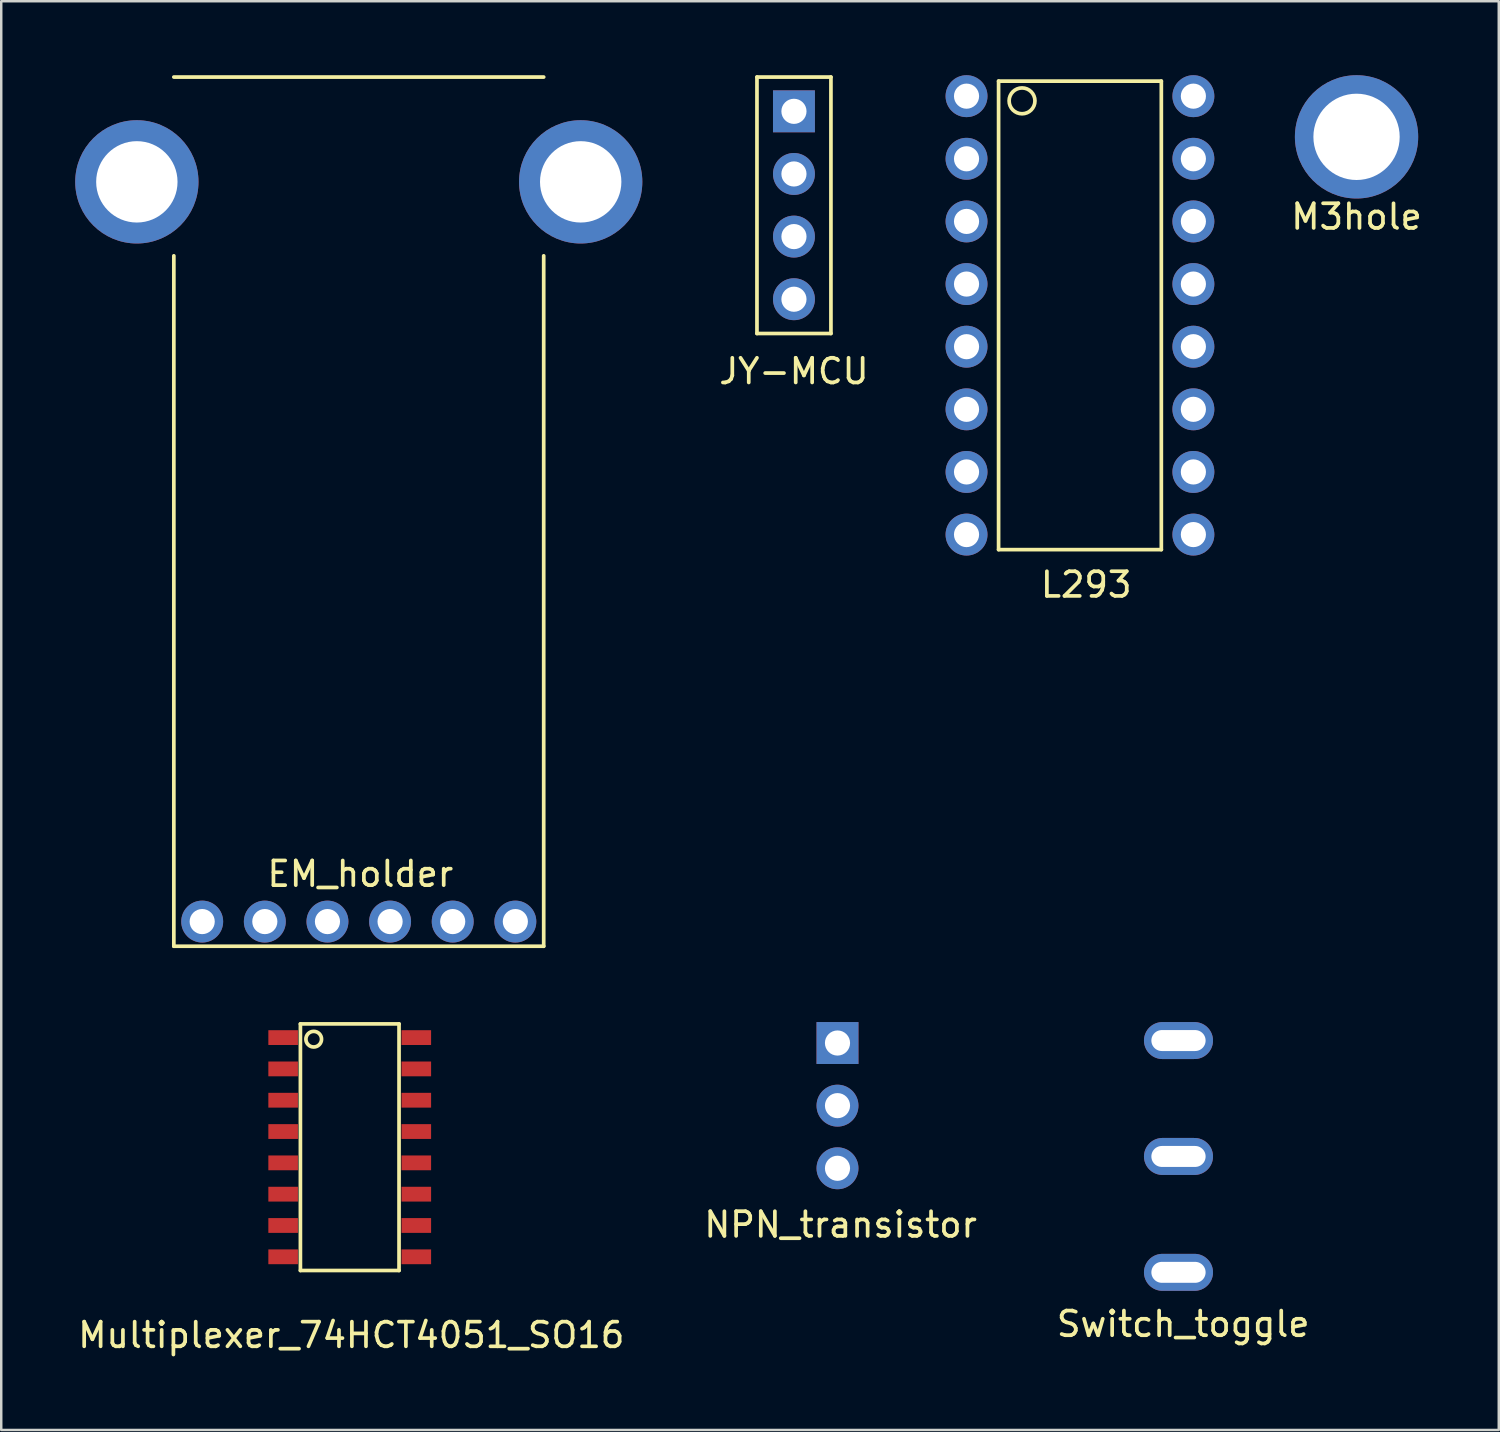
<source format=kicad_pcb>
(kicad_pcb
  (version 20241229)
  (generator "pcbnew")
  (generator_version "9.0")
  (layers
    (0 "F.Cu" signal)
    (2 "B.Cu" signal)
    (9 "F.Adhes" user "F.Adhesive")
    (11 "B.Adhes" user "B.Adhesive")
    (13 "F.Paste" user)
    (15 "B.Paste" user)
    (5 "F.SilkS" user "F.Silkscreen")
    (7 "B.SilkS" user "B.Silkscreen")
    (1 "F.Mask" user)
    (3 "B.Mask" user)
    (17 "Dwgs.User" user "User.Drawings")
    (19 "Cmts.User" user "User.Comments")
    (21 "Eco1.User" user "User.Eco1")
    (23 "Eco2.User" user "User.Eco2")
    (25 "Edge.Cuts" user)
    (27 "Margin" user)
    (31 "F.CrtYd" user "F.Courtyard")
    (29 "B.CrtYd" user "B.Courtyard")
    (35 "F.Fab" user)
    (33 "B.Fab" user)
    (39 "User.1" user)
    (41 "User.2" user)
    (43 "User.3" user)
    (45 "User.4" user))
  (footprint "M3hole"
    (layer "F.Cu")
    (at 51.965 2.5)
    (property "Reference" "M3hole" (at 0 3.239 0) (layer "F.SilkS") (effects (font (size 1 1) (thickness 0.15))))
    (attr through_hole)
    (pad "" np_thru_hole circle (at 0 0) (size 5 5) (drill 3.5) (layers "*.Cu" "*.Mask")))
  (footprint "NPN_transistor"
    (layer "F.Cu")
    (at 30.915 41.79)
    (property "Reference" "NPN_transistor" (at 0.127 4.826 0) (layer "F.SilkS") (effects (font (size 1 1) (thickness 0.15))))
    (attr through_hole)
    (pad "1" thru_hole rect (at 0 -2.54) (size 1.7 1.7) (drill 1.02) (layers "*.Cu" "*.Mask"))
    (pad "2" thru_hole circle (at 0 0) (size 1.7 1.7) (drill 1.02) (layers "*.Cu" "*.Mask"))
    (pad "3" thru_hole circle (at 0 2.54) (size 1.7 1.7) (drill 1.02) (layers "*.Cu" "*.Mask")))
  (footprint "EM_holder"
    (layer "F.Cu")
    (at 11.5 4.325)
    (property "Reference" "EM_holder" (at 0.064 28.067 0) (layer "F.SilkS") (effects (font (size 1 1) (thickness 0.15))))
    (attr through_hole)
    (fp_line (start -7.5 -4.25) (end 7.5 -4.25) (stroke (width 0.15) (type solid)) (layer "F.SilkS"))
    (fp_line (start -7.5 3) (end -7.5 31) (stroke (width 0.15) (type solid)) (layer "F.SilkS"))
    (fp_line (start 7.5 3) (end 7.5 31) (stroke (width 0.15) (type solid)) (layer "F.SilkS"))
    (fp_line (start 7.5 31) (end -7.5 31) (stroke (width 0.15) (type solid)) (layer "F.SilkS"))
    (pad "" np_thru_hole circle (at -9 0) (size 5 5) (drill 3.3) (layers "*.Cu" "*.Mask"))
    (pad "" np_thru_hole circle (at 9 0) (size 5 5) (drill 3.3) (layers "*.Cu" "*.Mask"))
    (pad "1" thru_hole circle (at -6.35 30) (size 1.7 1.7) (drill 1.02) (layers "*.Cu" "*.Mask"))
    (pad "2" thru_hole circle (at -3.81 30) (size 1.7 1.7) (drill 1.02) (layers "*.Cu" "*.Mask"))
    (pad "3" thru_hole circle (at -1.27 30) (size 1.7 1.7) (drill 1.02) (layers "*.Cu" "*.Mask"))
    (pad "4" thru_hole circle (at 1.27 30) (size 1.7 1.7) (drill 1.02) (layers "*.Cu" "*.Mask"))
    (pad "5" thru_hole circle (at 3.81 30) (size 1.7 1.7) (drill 1.02) (layers "*.Cu" "*.Mask"))
    (pad "6" thru_hole circle (at 6.35 30) (size 1.7 1.7) (drill 1.02) (layers "*.Cu" "*.Mask")))
  (footprint "Switch_toggle"
    (layer "F.Cu")
    (at 44.744 43.85)
    (property "Reference" "Switch_toggle" (at 0.191 6.795 0) (layer "F.SilkS") (effects (font (size 1 1) (thickness 0.15))))
    (attr through_hole)
    (pad "1" thru_hole oval (at 0 -4.7) (size 2.8 1.5) (drill oval 2.2 0.85) (layers "*.Cu" "*.Mask"))
    (pad "2" thru_hole oval (at 0 0) (size 2.8 1.5) (drill oval 2.2 0.85) (layers "*.Cu" "*.Mask"))
    (pad "3" thru_hole oval (at 0 4.7) (size 2.8 1.5) (drill oval 2.2 0.85) (layers "*.Cu" "*.Mask")))
  (footprint "JY-MCU"
    (layer "F.Cu")
    (at 29.149 5.275)
    (property "Reference" "JY-MCU" (at 0 6.731 0) (layer "F.SilkS") (effects (font (size 1 1) (thickness 0.15))))
    (attr through_hole)
    (fp_line (start -1.5 -5.2) (end -1.5 5.2) (stroke (width 0.15) (type solid)) (layer "F.SilkS"))
    (fp_line (start -1.5 5.2) (end 1.5 5.2) (stroke (width 0.15) (type solid)) (layer "F.SilkS"))
    (fp_line (start 1.5 -5.2) (end -1.5 -5.2) (stroke (width 0.15) (type solid)) (layer "F.SilkS"))
    (fp_line (start 1.5 5.2) (end 1.5 -5.2) (stroke (width 0.15) (type solid)) (layer "F.SilkS"))
    (pad "1" thru_hole rect (at 0 -3.81) (size 1.7 1.7) (drill 1.02) (layers "*.Cu" "*.Mask"))
    (pad "2" thru_hole circle (at 0 -1.27) (size 1.7 1.7) (drill 1.02) (layers "*.Cu" "*.Mask"))
    (pad "3" thru_hole circle (at 0 1.27) (size 1.7 1.7) (drill 1.02) (layers "*.Cu" "*.Mask"))
    (pad "4" thru_hole circle (at 0 3.81) (size 1.7 1.7) (drill 1.02) (layers "*.Cu" "*.Mask")))
  (footprint "L293"
    (layer "F.Cu")
    (at 40.748 9.74)
    (property "Reference" "L293" (at 0.254 10.922 0) (layer "F.SilkS") (effects (font (size 1 1) (thickness 0.15))))
    (attr through_hole)
    (fp_line (start -3.3 -9.5) (end -3.3 9.5) (stroke (width 0.15) (type solid)) (layer "F.SilkS"))
    (fp_line (start -3.3 9.5) (end 3.3 9.5) (stroke (width 0.15) (type solid)) (layer "F.SilkS"))
    (fp_line (start 3.3 -9.5) (end -3.3 -9.5) (stroke (width 0.15) (type solid)) (layer "F.SilkS"))
    (fp_line (start 3.3 9.5) (end 3.3 -9.5) (stroke (width 0.15) (type solid)) (layer "F.SilkS"))
    (fp_circle (center -2.349 -8.7) (end -1.841 -8.572) (stroke (width 0.15) (type solid)) (fill no) (layer "F.SilkS"))
    (pad "1" thru_hole circle (at -4.6 -8.89) (size 1.7 1.7) (drill 1.02) (layers "*.Cu" "*.Mask"))
    (pad "2" thru_hole circle (at -4.6 -6.35) (size 1.7 1.7) (drill 1.02) (layers "*.Cu" "*.Mask"))
    (pad "3" thru_hole circle (at -4.6 -3.81) (size 1.7 1.7) (drill 1.02) (layers "*.Cu" "*.Mask"))
    (pad "4" thru_hole circle (at -4.6 -1.27) (size 1.7 1.7) (drill 1.02) (layers "*.Cu" "*.Mask"))
    (pad "5" thru_hole circle (at -4.6 1.27) (size 1.7 1.7) (drill 1.02) (layers "*.Cu" "*.Mask"))
    (pad "6" thru_hole circle (at -4.6 3.81) (size 1.7 1.7) (drill 1.02) (layers "*.Cu" "*.Mask"))
    (pad "7" thru_hole circle (at -4.6 6.35) (size 1.7 1.7) (drill 1.02) (layers "*.Cu" "*.Mask"))
    (pad "8" thru_hole circle (at -4.6 8.89) (size 1.7 1.7) (drill 1.02) (layers "*.Cu" "*.Mask"))
    (pad "9" thru_hole circle (at 4.6 8.89) (size 1.7 1.7) (drill 1.02) (layers "*.Cu" "*.Mask"))
    (pad "10" thru_hole circle (at 4.6 6.35) (size 1.7 1.7) (drill 1.02) (layers "*.Cu" "*.Mask"))
    (pad "11" thru_hole circle (at 4.6 3.81) (size 1.7 1.7) (drill 1.02) (layers "*.Cu" "*.Mask"))
    (pad "12" thru_hole circle (at 4.6 1.27) (size 1.7 1.7) (drill 1.02) (layers "*.Cu" "*.Mask"))
    (pad "13" thru_hole circle (at 4.6 -1.27) (size 1.7 1.7) (drill 1.02) (layers "*.Cu" "*.Mask"))
    (pad "14" thru_hole circle (at 4.6 -3.81) (size 1.7 1.7) (drill 1.02) (layers "*.Cu" "*.Mask"))
    (pad "15" thru_hole circle (at 4.6 -6.35) (size 1.7 1.7) (drill 1.02) (layers "*.Cu" "*.Mask"))
    (pad "16" thru_hole circle (at 4.6 -8.89) (size 1.7 1.7) (drill 1.02) (layers "*.Cu" "*.Mask")))
  (footprint "Multiplexer_74HCT4051_SO16"
    (layer "F.Cu")
    (at 11.133 43.475)
    (property "Reference" "Multiplexer_74HCT4051_SO16" (at 0.064 7.62 0) (layer "F.SilkS") (effects (font (size 1 1) (thickness 0.15))))
    (attr through_hole)
    (fp_line (start -2 -5) (end -2 5) (stroke (width 0.15) (type solid)) (layer "F.SilkS"))
    (fp_line (start -2 5) (end 2 5) (stroke (width 0.15) (type solid)) (layer "F.SilkS"))
    (fp_line (start 2 -5) (end -2 -5) (stroke (width 0.15) (type solid)) (layer "F.SilkS"))
    (fp_line (start 2 5) (end 2 -5) (stroke (width 0.15) (type solid)) (layer "F.SilkS"))
    (fp_circle (center -1.46 -4.381) (end -1.143 -4.381) (stroke (width 0.15) (type solid)) (fill no) (layer "F.SilkS"))
    (pad "1" smd rect (at -2.7 -4.445) (size 1.2 0.6) (layers "F.Cu" "F.Mask" "F.Paste"))
    (pad "2" smd rect (at -2.7 -3.175) (size 1.2 0.6) (layers "F.Cu" "F.Mask" "F.Paste"))
    (pad "3" smd rect (at -2.7 -1.905) (size 1.2 0.6) (layers "F.Cu" "F.Mask" "F.Paste"))
    (pad "4" smd rect (at -2.7 -0.635) (size 1.2 0.6) (layers "F.Cu" "F.Mask" "F.Paste"))
    (pad "5" smd rect (at -2.7 0.635) (size 1.2 0.6) (layers "F.Cu" "F.Mask" "F.Paste"))
    (pad "6" smd rect (at -2.7 1.905) (size 1.2 0.6) (layers "F.Cu" "F.Mask" "F.Paste"))
    (pad "7" smd rect (at -2.7 3.175) (size 1.2 0.6) (layers "F.Cu" "F.Mask" "F.Paste"))
    (pad "8" smd rect (at -2.7 4.445) (size 1.2 0.6) (layers "F.Cu" "F.Mask" "F.Paste"))
    (pad "9" smd rect (at 2.7 4.445) (size 1.2 0.6) (layers "F.Cu" "F.Mask" "F.Paste"))
    (pad "10" smd rect (at 2.7 3.175) (size 1.2 0.6) (layers "F.Cu" "F.Mask" "F.Paste"))
    (pad "11" smd rect (at 2.7 1.905) (size 1.2 0.6) (layers "F.Cu" "F.Mask" "F.Paste"))
    (pad "12" smd rect (at 2.7 0.635) (size 1.2 0.6) (layers "F.Cu" "F.Mask" "F.Paste"))
    (pad "13" smd rect (at 2.7 -0.635) (size 1.2 0.6) (layers "F.Cu" "F.Mask" "F.Paste"))
    (pad "14" smd rect (at 2.7 -1.905) (size 1.2 0.6) (layers "F.Cu" "F.Mask" "F.Paste"))
    (pad "15" smd rect (at 2.7 -3.175) (size 1.2 0.6) (layers "F.Cu" "F.Mask" "F.Paste"))
    (pad "16" smd rect (at 2.7 -4.445) (size 1.2 0.6) (layers "F.Cu" "F.Mask" "F.Paste")))
  (gr_rect
    (start -3 -3)
    (end 57.733 54.943)
    (stroke (width 0.1) (type default))
    (fill no)
    (layer "Edge.Cuts")))
</source>
